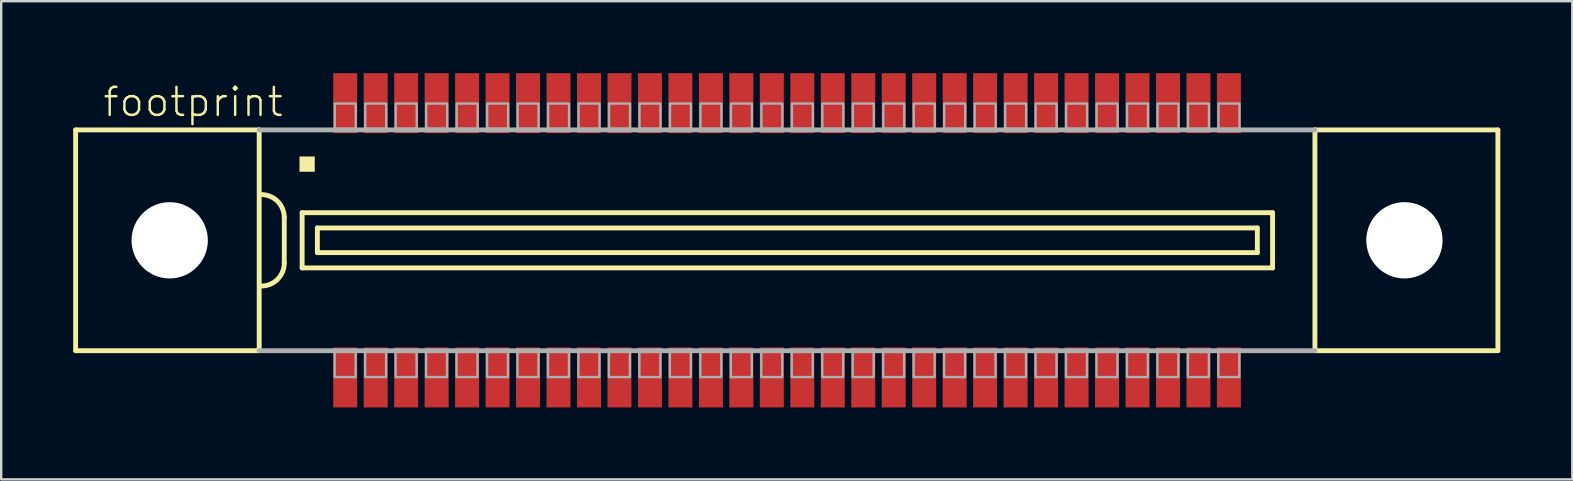
<source format=kicad_pcb>
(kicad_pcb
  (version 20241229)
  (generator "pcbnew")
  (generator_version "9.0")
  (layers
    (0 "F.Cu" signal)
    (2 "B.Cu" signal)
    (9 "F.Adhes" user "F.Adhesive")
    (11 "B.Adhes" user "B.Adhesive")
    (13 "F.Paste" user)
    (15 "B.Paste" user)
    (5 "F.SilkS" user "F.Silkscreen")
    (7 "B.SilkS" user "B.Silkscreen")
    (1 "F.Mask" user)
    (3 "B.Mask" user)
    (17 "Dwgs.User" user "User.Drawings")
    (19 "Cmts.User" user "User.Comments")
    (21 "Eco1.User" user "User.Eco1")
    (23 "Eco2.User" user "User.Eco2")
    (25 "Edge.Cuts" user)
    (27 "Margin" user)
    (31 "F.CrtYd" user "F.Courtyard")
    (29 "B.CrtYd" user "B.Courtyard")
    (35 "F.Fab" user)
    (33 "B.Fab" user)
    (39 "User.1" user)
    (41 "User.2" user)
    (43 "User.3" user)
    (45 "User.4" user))
  (footprint "footprint"
    (layer "F.Cu")
    (at 29.752 6.965)
    (property "Reference" "footprint" (at -28.575 -5.08 0) (layer "F.SilkS") (effects (font (size 1.168 1.168) (thickness 0.102)) (justify left bottom)))
    (fp_line (start -29.65 -4.6) (end -29.65 4.6) (stroke (width 0.203) (type solid)) (layer "F.SilkS"))
    (fp_line (start -29.65 4.6) (end -22 4.6) (stroke (width 0.203) (type solid)) (layer "F.SilkS"))
    (fp_line (start -22 -4.6) (end -29.65 -4.6) (stroke (width 0.203) (type solid)) (layer "F.SilkS"))
    (fp_line (start -22 -4.6) (end -22 4.6) (stroke (width 0.203) (type solid)) (layer "F.SilkS"))
    (fp_line (start -20.955 -0.953) (end -20.955 0.953) (stroke (width 0.203) (type solid)) (layer "F.SilkS"))
    (fp_line (start -20.21 -1.15) (end -20.21 1.15) (stroke (width 0.203) (type solid)) (layer "F.SilkS"))
    (fp_line (start -20.21 1.15) (end 20.235 1.15) (stroke (width 0.203) (type solid)) (layer "F.SilkS"))
    (fp_line (start -19.575 -0.515) (end -19.575 0.515) (stroke (width 0.203) (type solid)) (layer "F.SilkS"))
    (fp_line (start -19.575 0.515) (end 19.6 0.515) (stroke (width 0.203) (type solid)) (layer "F.SilkS"))
    (fp_line (start 19.6 -0.515) (end -19.575 -0.515) (stroke (width 0.203) (type solid)) (layer "F.SilkS"))
    (fp_line (start 19.6 0.515) (end 19.6 -0.515) (stroke (width 0.203) (type solid)) (layer "F.SilkS"))
    (fp_line (start 20.235 -1.15) (end -20.21 -1.15) (stroke (width 0.203) (type solid)) (layer "F.SilkS"))
    (fp_line (start 20.235 1.15) (end 20.235 -1.15) (stroke (width 0.203) (type solid)) (layer "F.SilkS"))
    (fp_line (start 22 4.6) (end 22 -4.6) (stroke (width 0.203) (type solid)) (layer "F.SilkS"))
    (fp_line (start 22 4.6) (end 29.625 4.6) (stroke (width 0.203) (type solid)) (layer "F.SilkS"))
    (fp_line (start 29.625 -4.6) (end 22 -4.6) (stroke (width 0.203) (type solid)) (layer "F.SilkS"))
    (fp_line (start 29.625 4.6) (end 29.625 -4.6) (stroke (width 0.203) (type solid)) (layer "F.SilkS"))
    (fp_arc (start -21.9075 -1.905) (mid -21.233981 -1.626019) (end -20.955 -0.9525) (stroke (width 0.2032) (type solid)) (layer "F.SilkS"))
    (fp_arc (start -20.955 0.9525) (mid -21.23401 1.625989) (end -21.907499 1.904999) (stroke (width 0.2032) (type solid)) (layer "F.SilkS"))
    (fp_poly (pts (xy -20.32 -2.857) (xy -19.685 -2.857) (xy -19.685 -3.493) (xy -20.32 -3.493)) (stroke (width 0) (type solid)) (fill yes) (layer "F.SilkS"))
    (fp_line (start -22 4.6) (end 22 4.6) (stroke (width 0.203) (type solid)) (layer "F.Fab"))
    (fp_line (start 22 -4.6) (end -22 -4.6) (stroke (width 0.203) (type solid)) (layer "F.Fab"))
    (fp_poly (pts (xy -18.85 -4.65) (xy -17.975 -4.65) (xy -17.975 -5.7) (xy -18.85 -5.7)) (stroke (width 0.1) (type solid)) (fill no) (layer "F.Fab"))
    (fp_poly (pts (xy -17.98 4.65) (xy -18.855 4.65) (xy -18.855 5.7) (xy -17.98 5.7)) (stroke (width 0.1) (type solid)) (fill no) (layer "F.Fab"))
    (fp_poly (pts (xy -17.58 -4.65) (xy -16.705 -4.65) (xy -16.705 -5.7) (xy -17.58 -5.7)) (stroke (width 0.1) (type solid)) (fill no) (layer "F.Fab"))
    (fp_poly (pts (xy -16.71 4.65) (xy -17.585 4.65) (xy -17.585 5.7) (xy -16.71 5.7)) (stroke (width 0.1) (type solid)) (fill no) (layer "F.Fab"))
    (fp_poly (pts (xy -16.31 -4.65) (xy -15.435 -4.65) (xy -15.435 -5.7) (xy -16.31 -5.7)) (stroke (width 0.1) (type solid)) (fill no) (layer "F.Fab"))
    (fp_poly (pts (xy -15.44 4.65) (xy -16.315 4.65) (xy -16.315 5.7) (xy -15.44 5.7)) (stroke (width 0.1) (type solid)) (fill no) (layer "F.Fab"))
    (fp_poly (pts (xy -15.04 -4.65) (xy -14.165 -4.65) (xy -14.165 -5.7) (xy -15.04 -5.7)) (stroke (width 0.1) (type solid)) (fill no) (layer "F.Fab"))
    (fp_poly (pts (xy -14.17 4.65) (xy -15.045 4.65) (xy -15.045 5.7) (xy -14.17 5.7)) (stroke (width 0.1) (type solid)) (fill no) (layer "F.Fab"))
    (fp_poly (pts (xy -13.77 -4.65) (xy -12.895 -4.65) (xy -12.895 -5.7) (xy -13.77 -5.7)) (stroke (width 0.1) (type solid)) (fill no) (layer "F.Fab"))
    (fp_poly (pts (xy -12.9 4.65) (xy -13.775 4.65) (xy -13.775 5.7) (xy -12.9 5.7)) (stroke (width 0.1) (type solid)) (fill no) (layer "F.Fab"))
    (fp_poly (pts (xy -12.5 -4.65) (xy -11.625 -4.65) (xy -11.625 -5.7) (xy -12.5 -5.7)) (stroke (width 0.1) (type solid)) (fill no) (layer "F.Fab"))
    (fp_poly (pts (xy -11.63 4.65) (xy -12.505 4.65) (xy -12.505 5.7) (xy -11.63 5.7)) (stroke (width 0.1) (type solid)) (fill no) (layer "F.Fab"))
    (fp_poly (pts (xy -11.23 -4.65) (xy -10.355 -4.65) (xy -10.355 -5.7) (xy -11.23 -5.7)) (stroke (width 0.1) (type solid)) (fill no) (layer "F.Fab"))
    (fp_poly (pts (xy -10.36 4.65) (xy -11.235 4.65) (xy -11.235 5.7) (xy -10.36 5.7)) (stroke (width 0.1) (type solid)) (fill no) (layer "F.Fab"))
    (fp_poly (pts (xy -9.96 -4.65) (xy -9.085 -4.65) (xy -9.085 -5.7) (xy -9.96 -5.7)) (stroke (width 0.1) (type solid)) (fill no) (layer "F.Fab"))
    (fp_poly (pts (xy -9.09 4.65) (xy -9.965 4.65) (xy -9.965 5.7) (xy -9.09 5.7)) (stroke (width 0.1) (type solid)) (fill no) (layer "F.Fab"))
    (fp_poly (pts (xy -8.69 -4.65) (xy -7.815 -4.65) (xy -7.815 -5.7) (xy -8.69 -5.7)) (stroke (width 0.1) (type solid)) (fill no) (layer "F.Fab"))
    (fp_poly (pts (xy -7.82 4.65) (xy -8.695 4.65) (xy -8.695 5.7) (xy -7.82 5.7)) (stroke (width 0.1) (type solid)) (fill no) (layer "F.Fab"))
    (fp_poly (pts (xy -7.42 -4.65) (xy -6.545 -4.65) (xy -6.545 -5.7) (xy -7.42 -5.7)) (stroke (width 0.1) (type solid)) (fill no) (layer "F.Fab"))
    (fp_poly (pts (xy -6.55 4.65) (xy -7.425 4.65) (xy -7.425 5.7) (xy -6.55 5.7)) (stroke (width 0.1) (type solid)) (fill no) (layer "F.Fab"))
    (fp_poly (pts (xy -6.15 -4.65) (xy -5.275 -4.65) (xy -5.275 -5.7) (xy -6.15 -5.7)) (stroke (width 0.1) (type solid)) (fill no) (layer "F.Fab"))
    (fp_poly (pts (xy -5.28 4.65) (xy -6.155 4.65) (xy -6.155 5.7) (xy -5.28 5.7)) (stroke (width 0.1) (type solid)) (fill no) (layer "F.Fab"))
    (fp_poly (pts (xy -4.88 -4.65) (xy -4.005 -4.65) (xy -4.005 -5.7) (xy -4.88 -5.7)) (stroke (width 0.1) (type solid)) (fill no) (layer "F.Fab"))
    (fp_poly (pts (xy -4.01 4.65) (xy -4.885 4.65) (xy -4.885 5.7) (xy -4.01 5.7)) (stroke (width 0.1) (type solid)) (fill no) (layer "F.Fab"))
    (fp_poly (pts (xy -3.61 -4.65) (xy -2.735 -4.65) (xy -2.735 -5.7) (xy -3.61 -5.7)) (stroke (width 0.1) (type solid)) (fill no) (layer "F.Fab"))
    (fp_poly (pts (xy -2.74 4.65) (xy -3.615 4.65) (xy -3.615 5.7) (xy -2.74 5.7)) (stroke (width 0.1) (type solid)) (fill no) (layer "F.Fab"))
    (fp_poly (pts (xy -2.34 -4.65) (xy -1.465 -4.65) (xy -1.465 -5.7) (xy -2.34 -5.7)) (stroke (width 0.1) (type solid)) (fill no) (layer "F.Fab"))
    (fp_poly (pts (xy -1.47 4.65) (xy -2.345 4.65) (xy -2.345 5.7) (xy -1.47 5.7)) (stroke (width 0.1) (type solid)) (fill no) (layer "F.Fab"))
    (fp_poly (pts (xy -1.07 -4.65) (xy -0.195 -4.65) (xy -0.195 -5.7) (xy -1.07 -5.7)) (stroke (width 0.1) (type solid)) (fill no) (layer "F.Fab"))
    (fp_poly (pts (xy -0.2 4.65) (xy -1.075 4.65) (xy -1.075 5.7) (xy -0.2 5.7)) (stroke (width 0.1) (type solid)) (fill no) (layer "F.Fab"))
    (fp_poly (pts (xy 0.2 -4.65) (xy 1.075 -4.65) (xy 1.075 -5.7) (xy 0.2 -5.7)) (stroke (width 0.1) (type solid)) (fill no) (layer "F.Fab"))
    (fp_poly (pts (xy 1.07 4.65) (xy 0.195 4.65) (xy 0.195 5.7) (xy 1.07 5.7)) (stroke (width 0.1) (type solid)) (fill no) (layer "F.Fab"))
    (fp_poly (pts (xy 1.47 -4.65) (xy 2.345 -4.65) (xy 2.345 -5.7) (xy 1.47 -5.7)) (stroke (width 0.1) (type solid)) (fill no) (layer "F.Fab"))
    (fp_poly (pts (xy 2.34 4.65) (xy 1.465 4.65) (xy 1.465 5.7) (xy 2.34 5.7)) (stroke (width 0.1) (type solid)) (fill no) (layer "F.Fab"))
    (fp_poly (pts (xy 2.74 -4.65) (xy 3.615 -4.65) (xy 3.615 -5.7) (xy 2.74 -5.7)) (stroke (width 0.1) (type solid)) (fill no) (layer "F.Fab"))
    (fp_poly (pts (xy 3.61 4.65) (xy 2.735 4.65) (xy 2.735 5.7) (xy 3.61 5.7)) (stroke (width 0.1) (type solid)) (fill no) (layer "F.Fab"))
    (fp_poly (pts (xy 4.01 -4.65) (xy 4.885 -4.65) (xy 4.885 -5.7) (xy 4.01 -5.7)) (stroke (width 0.1) (type solid)) (fill no) (layer "F.Fab"))
    (fp_poly (pts (xy 4.88 4.65) (xy 4.005 4.65) (xy 4.005 5.7) (xy 4.88 5.7)) (stroke (width 0.1) (type solid)) (fill no) (layer "F.Fab"))
    (fp_poly (pts (xy 5.28 -4.65) (xy 6.155 -4.65) (xy 6.155 -5.7) (xy 5.28 -5.7)) (stroke (width 0.1) (type solid)) (fill no) (layer "F.Fab"))
    (fp_poly (pts (xy 6.15 4.65) (xy 5.275 4.65) (xy 5.275 5.7) (xy 6.15 5.7)) (stroke (width 0.1) (type solid)) (fill no) (layer "F.Fab"))
    (fp_poly (pts (xy 6.55 -4.65) (xy 7.425 -4.65) (xy 7.425 -5.7) (xy 6.55 -5.7)) (stroke (width 0.1) (type solid)) (fill no) (layer "F.Fab"))
    (fp_poly (pts (xy 7.42 4.65) (xy 6.545 4.65) (xy 6.545 5.7) (xy 7.42 5.7)) (stroke (width 0.1) (type solid)) (fill no) (layer "F.Fab"))
    (fp_poly (pts (xy 7.82 -4.65) (xy 8.695 -4.65) (xy 8.695 -5.7) (xy 7.82 -5.7)) (stroke (width 0.1) (type solid)) (fill no) (layer "F.Fab"))
    (fp_poly (pts (xy 8.69 4.65) (xy 7.815 4.65) (xy 7.815 5.7) (xy 8.69 5.7)) (stroke (width 0.1) (type solid)) (fill no) (layer "F.Fab"))
    (fp_poly (pts (xy 9.09 -4.65) (xy 9.965 -4.65) (xy 9.965 -5.7) (xy 9.09 -5.7)) (stroke (width 0.1) (type solid)) (fill no) (layer "F.Fab"))
    (fp_poly (pts (xy 9.96 4.65) (xy 9.085 4.65) (xy 9.085 5.7) (xy 9.96 5.7)) (stroke (width 0.1) (type solid)) (fill no) (layer "F.Fab"))
    (fp_poly (pts (xy 10.36 -4.65) (xy 11.235 -4.65) (xy 11.235 -5.7) (xy 10.36 -5.7)) (stroke (width 0.1) (type solid)) (fill no) (layer "F.Fab"))
    (fp_poly (pts (xy 11.23 4.65) (xy 10.355 4.65) (xy 10.355 5.7) (xy 11.23 5.7)) (stroke (width 0.1) (type solid)) (fill no) (layer "F.Fab"))
    (fp_poly (pts (xy 11.63 -4.65) (xy 12.505 -4.65) (xy 12.505 -5.7) (xy 11.63 -5.7)) (stroke (width 0.1) (type solid)) (fill no) (layer "F.Fab"))
    (fp_poly (pts (xy 12.5 4.65) (xy 11.625 4.65) (xy 11.625 5.7) (xy 12.5 5.7)) (stroke (width 0.1) (type solid)) (fill no) (layer "F.Fab"))
    (fp_poly (pts (xy 12.9 -4.65) (xy 13.775 -4.65) (xy 13.775 -5.7) (xy 12.9 -5.7)) (stroke (width 0.1) (type solid)) (fill no) (layer "F.Fab"))
    (fp_poly (pts (xy 13.77 4.65) (xy 12.895 4.65) (xy 12.895 5.7) (xy 13.77 5.7)) (stroke (width 0.1) (type solid)) (fill no) (layer "F.Fab"))
    (fp_poly (pts (xy 14.17 -4.65) (xy 15.045 -4.65) (xy 15.045 -5.7) (xy 14.17 -5.7)) (stroke (width 0.1) (type solid)) (fill no) (layer "F.Fab"))
    (fp_poly (pts (xy 15.04 4.65) (xy 14.165 4.65) (xy 14.165 5.7) (xy 15.04 5.7)) (stroke (width 0.1) (type solid)) (fill no) (layer "F.Fab"))
    (fp_poly (pts (xy 15.44 -4.65) (xy 16.315 -4.65) (xy 16.315 -5.7) (xy 15.44 -5.7)) (stroke (width 0.1) (type solid)) (fill no) (layer "F.Fab"))
    (fp_poly (pts (xy 16.31 4.65) (xy 15.435 4.65) (xy 15.435 5.7) (xy 16.31 5.7)) (stroke (width 0.1) (type solid)) (fill no) (layer "F.Fab"))
    (fp_poly (pts (xy 16.71 -4.65) (xy 17.585 -4.65) (xy 17.585 -5.7) (xy 16.71 -5.7)) (stroke (width 0.1) (type solid)) (fill no) (layer "F.Fab"))
    (fp_poly (pts (xy 17.58 4.65) (xy 16.705 4.65) (xy 16.705 5.7) (xy 17.58 5.7)) (stroke (width 0.1) (type solid)) (fill no) (layer "F.Fab"))
    (fp_poly (pts (xy 17.98 -4.65) (xy 18.855 -4.65) (xy 18.855 -5.7) (xy 17.98 -5.7)) (stroke (width 0.1) (type solid)) (fill no) (layer "F.Fab"))
    (fp_poly (pts (xy 18.85 4.65) (xy 17.975 4.65) (xy 17.975 5.7) (xy 18.85 5.7)) (stroke (width 0.1) (type solid)) (fill no) (layer "F.Fab"))
    (pad "" np_thru_hole circle (at -25.73 0) (size 3.18 3.18) (drill 3.18) (layers "*.Cu" "*.Mask"))
    (pad "" np_thru_hole circle (at 25.73 0) (size 3.18 3.18) (drill 3.18) (layers "*.Cu" "*.Mask"))
    (pad "1" smd rect (at -18.415 -5.715) (size 1 2.5) (layers "F.Cu" "F.Mask" "F.Paste"))
    (pad "2" smd rect (at -17.145 -5.715) (size 1 2.5) (layers "F.Cu" "F.Mask" "F.Paste"))
    (pad "3" smd rect (at -15.875 -5.715) (size 1 2.5) (layers "F.Cu" "F.Mask" "F.Paste"))
    (pad "4" smd rect (at -14.605 -5.715) (size 1 2.5) (layers "F.Cu" "F.Mask" "F.Paste"))
    (pad "5" smd rect (at -13.335 -5.715) (size 1 2.5) (layers "F.Cu" "F.Mask" "F.Paste"))
    (pad "6" smd rect (at -12.065 -5.715) (size 1 2.5) (layers "F.Cu" "F.Mask" "F.Paste"))
    (pad "7" smd rect (at -10.795 -5.715) (size 1 2.5) (layers "F.Cu" "F.Mask" "F.Paste"))
    (pad "8" smd rect (at -9.525 -5.715) (size 1 2.5) (layers "F.Cu" "F.Mask" "F.Paste"))
    (pad "9" smd rect (at -8.255 -5.715) (size 1 2.5) (layers "F.Cu" "F.Mask" "F.Paste"))
    (pad "10" smd rect (at -6.985 -5.715) (size 1 2.5) (layers "F.Cu" "F.Mask" "F.Paste"))
    (pad "11" smd rect (at -5.715 -5.715 180) (size 1 2.5) (layers "F.Cu" "F.Mask" "F.Paste"))
    (pad "12" smd rect (at -4.445 -5.715 180) (size 1 2.5) (layers "F.Cu" "F.Mask" "F.Paste"))
    (pad "13" smd rect (at -3.175 -5.715 180) (size 1 2.5) (layers "F.Cu" "F.Mask" "F.Paste"))
    (pad "14" smd rect (at -1.905 -5.715 180) (size 1 2.5) (layers "F.Cu" "F.Mask" "F.Paste"))
    (pad "15" smd rect (at -0.635 -5.715 180) (size 1 2.5) (layers "F.Cu" "F.Mask" "F.Paste"))
    (pad "16" smd rect (at 0.635 -5.715 180) (size 1 2.5) (layers "F.Cu" "F.Mask" "F.Paste"))
    (pad "17" smd rect (at 1.905 -5.715 180) (size 1 2.5) (layers "F.Cu" "F.Mask" "F.Paste"))
    (pad "18" smd rect (at 3.175 -5.715 180) (size 1 2.5) (layers "F.Cu" "F.Mask" "F.Paste"))
    (pad "19" smd rect (at 4.445 -5.715 180) (size 1 2.5) (layers "F.Cu" "F.Mask" "F.Paste"))
    (pad "20" smd rect (at 5.715 -5.715 180) (size 1 2.5) (layers "F.Cu" "F.Mask" "F.Paste"))
    (pad "21" smd rect (at 6.985 -5.715 180) (size 1 2.5) (layers "F.Cu" "F.Mask" "F.Paste"))
    (pad "22" smd rect (at 8.255 -5.715 180) (size 1 2.5) (layers "F.Cu" "F.Mask" "F.Paste"))
    (pad "23" smd rect (at 9.525 -5.715 180) (size 1 2.5) (layers "F.Cu" "F.Mask" "F.Paste"))
    (pad "24" smd rect (at 10.795 -5.715 180) (size 1 2.5) (layers "F.Cu" "F.Mask" "F.Paste"))
    (pad "25" smd rect (at 12.065 -5.715 180) (size 1 2.5) (layers "F.Cu" "F.Mask" "F.Paste"))
    (pad "26" smd rect (at 13.335 -5.715 180) (size 1 2.5) (layers "F.Cu" "F.Mask" "F.Paste"))
    (pad "27" smd rect (at 14.605 -5.715 180) (size 1 2.5) (layers "F.Cu" "F.Mask" "F.Paste"))
    (pad "28" smd rect (at 15.875 -5.715 180) (size 1 2.5) (layers "F.Cu" "F.Mask" "F.Paste"))
    (pad "29" smd rect (at 17.145 -5.715 180) (size 1 2.5) (layers "F.Cu" "F.Mask" "F.Paste"))
    (pad "30" smd rect (at 18.415 -5.715 180) (size 1 2.5) (layers "F.Cu" "F.Mask" "F.Paste"))
    (pad "31" smd rect (at -18.415 5.715) (size 1 2.5) (layers "F.Cu" "F.Mask" "F.Paste"))
    (pad "32" smd rect (at -17.145 5.715) (size 1 2.5) (layers "F.Cu" "F.Mask" "F.Paste"))
    (pad "33" smd rect (at -15.875 5.715) (size 1 2.5) (layers "F.Cu" "F.Mask" "F.Paste"))
    (pad "34" smd rect (at -14.605 5.715) (size 1 2.5) (layers "F.Cu" "F.Mask" "F.Paste"))
    (pad "35" smd rect (at -13.335 5.715) (size 1 2.5) (layers "F.Cu" "F.Mask" "F.Paste"))
    (pad "36" smd rect (at -12.065 5.715) (size 1 2.5) (layers "F.Cu" "F.Mask" "F.Paste"))
    (pad "37" smd rect (at -10.795 5.715) (size 1 2.5) (layers "F.Cu" "F.Mask" "F.Paste"))
    (pad "38" smd rect (at -9.525 5.715) (size 1 2.5) (layers "F.Cu" "F.Mask" "F.Paste"))
    (pad "39" smd rect (at -8.255 5.715) (size 1 2.5) (layers "F.Cu" "F.Mask" "F.Paste"))
    (pad "40" smd rect (at -6.985 5.715) (size 1 2.5) (layers "F.Cu" "F.Mask" "F.Paste"))
    (pad "41" smd rect (at -5.715 5.715) (size 1 2.5) (layers "F.Cu" "F.Mask" "F.Paste"))
    (pad "42" smd rect (at -4.445 5.715) (size 1 2.5) (layers "F.Cu" "F.Mask" "F.Paste"))
    (pad "43" smd rect (at -3.175 5.715) (size 1 2.5) (layers "F.Cu" "F.Mask" "F.Paste"))
    (pad "44" smd rect (at -1.905 5.715) (size 1 2.5) (layers "F.Cu" "F.Mask" "F.Paste"))
    (pad "45" smd rect (at -0.635 5.715) (size 1 2.5) (layers "F.Cu" "F.Mask" "F.Paste"))
    (pad "46" smd rect (at 0.635 5.715) (size 1 2.5) (layers "F.Cu" "F.Mask" "F.Paste"))
    (pad "47" smd rect (at 1.905 5.715) (size 1 2.5) (layers "F.Cu" "F.Mask" "F.Paste"))
    (pad "48" smd rect (at 3.175 5.715) (size 1 2.5) (layers "F.Cu" "F.Mask" "F.Paste"))
    (pad "49" smd rect (at 4.445 5.715) (size 1 2.5) (layers "F.Cu" "F.Mask" "F.Paste"))
    (pad "50" smd rect (at 5.715 5.715) (size 1 2.5) (layers "F.Cu" "F.Mask" "F.Paste"))
    (pad "51" smd rect (at 6.985 5.715) (size 1 2.5) (layers "F.Cu" "F.Mask" "F.Paste"))
    (pad "52" smd rect (at 8.255 5.715) (size 1 2.5) (layers "F.Cu" "F.Mask" "F.Paste"))
    (pad "53" smd rect (at 9.525 5.715) (size 1 2.5) (layers "F.Cu" "F.Mask" "F.Paste"))
    (pad "54" smd rect (at 10.795 5.715) (size 1 2.5) (layers "F.Cu" "F.Mask" "F.Paste"))
    (pad "55" smd rect (at 12.065 5.715) (size 1 2.5) (layers "F.Cu" "F.Mask" "F.Paste"))
    (pad "56" smd rect (at 13.335 5.715) (size 1 2.5) (layers "F.Cu" "F.Mask" "F.Paste"))
    (pad "57" smd rect (at 14.605 5.715) (size 1 2.5) (layers "F.Cu" "F.Mask" "F.Paste"))
    (pad "58" smd rect (at 15.875 5.715) (size 1 2.5) (layers "F.Cu" "F.Mask" "F.Paste"))
    (pad "59" smd rect (at 17.145 5.715) (size 1 2.5) (layers "F.Cu" "F.Mask" "F.Paste"))
    (pad "60" smd rect (at 18.415 5.715) (size 1 2.5) (layers "F.Cu" "F.Mask" "F.Paste")))
  (gr_rect
    (start -3 -3)
    (end 62.478 16.93)
    (stroke (width 0.1) (type default))
    (fill no)
    (layer "Edge.Cuts")))
</source>
